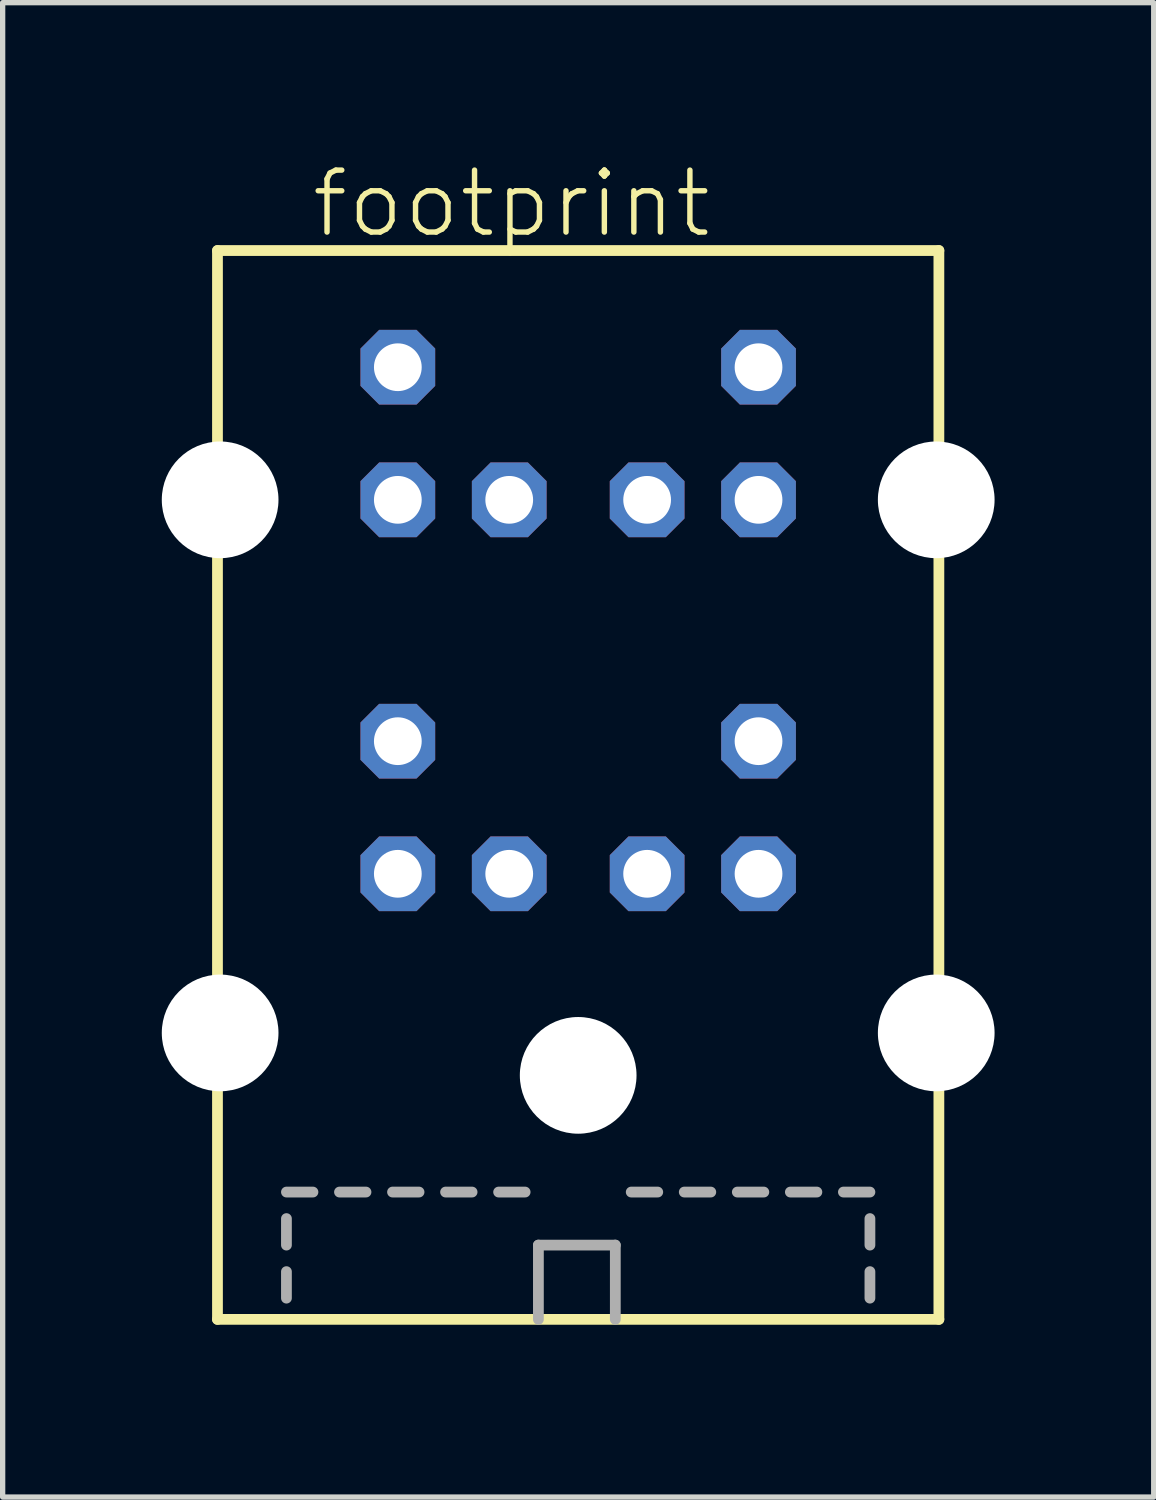
<source format=kicad_pcb>
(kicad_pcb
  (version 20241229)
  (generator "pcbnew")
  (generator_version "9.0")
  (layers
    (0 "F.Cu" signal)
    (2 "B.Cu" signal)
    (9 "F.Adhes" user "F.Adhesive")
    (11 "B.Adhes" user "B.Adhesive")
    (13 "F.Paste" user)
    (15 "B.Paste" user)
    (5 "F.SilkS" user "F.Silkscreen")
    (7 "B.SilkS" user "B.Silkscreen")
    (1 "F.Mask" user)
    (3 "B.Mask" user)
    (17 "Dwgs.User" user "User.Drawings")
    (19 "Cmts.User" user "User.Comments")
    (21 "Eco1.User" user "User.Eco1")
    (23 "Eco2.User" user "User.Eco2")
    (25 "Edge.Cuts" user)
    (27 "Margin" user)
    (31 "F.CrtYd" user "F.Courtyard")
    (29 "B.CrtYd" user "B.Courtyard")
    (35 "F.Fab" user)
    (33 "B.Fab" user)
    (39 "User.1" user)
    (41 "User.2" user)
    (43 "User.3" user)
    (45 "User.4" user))
  (footprint "footprint"
    (layer "F.Cu")
    (at 7.85 21.923)
    (property "Reference" "footprint" (at -5.08 -20.45 0) (layer "F.SilkS") (effects (font (size 1.168 1.168) (thickness 0.102)) (justify left bottom)))
    (fp_line (start -6.8 -20.25) (end -6.8 -0.1) (stroke (width 0.203) (type solid)) (layer "F.SilkS"))
    (fp_line (start -6.8 -0.1) (end 6.8 -0.1) (stroke (width 0.203) (type solid)) (layer "F.SilkS"))
    (fp_line (start 6.8 -20.25) (end -6.8 -20.25) (stroke (width 0.203) (type solid)) (layer "F.SilkS"))
    (fp_line (start 6.8 -0.1) (end 6.8 -20.25) (stroke (width 0.203) (type solid)) (layer "F.SilkS"))
    (fp_line (start -5.5 -2.5) (end -5 -2.5) (stroke (width 0.203) (type solid)) (layer "F.Fab"))
    (fp_line (start -5.5 -1.5) (end -5.5 -2) (stroke (width 0.203) (type solid)) (layer "F.Fab"))
    (fp_line (start -5.5 -0.5) (end -5.5 -1) (stroke (width 0.203) (type solid)) (layer "F.Fab"))
    (fp_line (start -4.5 -2.5) (end -4 -2.5) (stroke (width 0.203) (type solid)) (layer "F.Fab"))
    (fp_line (start -3.5 -2.5) (end -3 -2.5) (stroke (width 0.203) (type solid)) (layer "F.Fab"))
    (fp_line (start -2.5 -2.5) (end -2 -2.5) (stroke (width 0.203) (type solid)) (layer "F.Fab"))
    (fp_line (start -1.5 -2.5) (end -1 -2.5) (stroke (width 0.203) (type solid)) (layer "F.Fab"))
    (fp_line (start -0.75 -1.5) (end 0.7 -1.5) (stroke (width 0.203) (type solid)) (layer "F.Fab"))
    (fp_line (start -0.75 -0.1) (end -0.75 -1.5) (stroke (width 0.203) (type solid)) (layer "F.Fab"))
    (fp_line (start 0.7 -1.5) (end 0.7 -0.1) (stroke (width 0.203) (type solid)) (layer "F.Fab"))
    (fp_line (start 1 -2.5) (end 1.5 -2.5) (stroke (width 0.203) (type solid)) (layer "F.Fab"))
    (fp_line (start 2 -2.5) (end 2.5 -2.5) (stroke (width 0.203) (type solid)) (layer "F.Fab"))
    (fp_line (start 3 -2.5) (end 3.5 -2.5) (stroke (width 0.203) (type solid)) (layer "F.Fab"))
    (fp_line (start 4 -2.5) (end 4.5 -2.5) (stroke (width 0.203) (type solid)) (layer "F.Fab"))
    (fp_line (start 5 -2.5) (end 5.5 -2.5) (stroke (width 0.203) (type solid)) (layer "F.Fab"))
    (fp_line (start 5.5 -1.5) (end 5.5 -2) (stroke (width 0.203) (type solid)) (layer "F.Fab"))
    (fp_line (start 5.5 -0.5) (end 5.5 -1) (stroke (width 0.203) (type solid)) (layer "F.Fab"))
    (pad "" np_thru_hole circle (at -6.75 -15.55) (size 2.2 2.2) (drill 2.2) (layers "*.Cu" "*.Mask"))
    (pad "" np_thru_hole circle (at -6.75 -5.5) (size 2.2 2.2) (drill 2.2) (layers "*.Cu" "*.Mask"))
    (pad "" np_thru_hole circle (at 0 -4.7) (size 2.2 2.2) (drill 2.2) (layers "*.Cu" "*.Mask"))
    (pad "" np_thru_hole circle (at 6.75 -15.55) (size 2.2 2.2) (drill 2.2) (layers "*.Cu" "*.Mask"))
    (pad "" np_thru_hole circle (at 6.75 -5.5) (size 2.2 2.2) (drill 2.2) (layers "*.Cu" "*.Mask"))
    (pad "1-1" thru_hole roundrect (at 1.3 -8.5) (size 1.408 1.408) (drill 0.9) (layers "*.Cu" "*.Mask") (roundrect_rratio 0.25) (chamfer_ratio 0.25) (chamfer top_left top_right bottom_left bottom_right))
    (pad "1-2" thru_hole roundrect (at -1.3 -8.5) (size 1.408 1.408) (drill 0.9) (layers "*.Cu" "*.Mask") (roundrect_rratio 0.25) (chamfer_ratio 0.25) (chamfer top_left top_right bottom_left bottom_right))
    (pad "1-3" thru_hole roundrect (at 3.4 -8.5) (size 1.408 1.408) (drill 0.9) (layers "*.Cu" "*.Mask") (roundrect_rratio 0.25) (chamfer_ratio 0.25) (chamfer top_left top_right bottom_left bottom_right))
    (pad "1-4" thru_hole roundrect (at -3.4 -8.5) (size 1.408 1.408) (drill 0.9) (layers "*.Cu" "*.Mask") (roundrect_rratio 0.25) (chamfer_ratio 0.25) (chamfer top_left top_right bottom_left bottom_right))
    (pad "1-5" thru_hole roundrect (at 3.4 -11) (size 1.408 1.408) (drill 0.9) (layers "*.Cu" "*.Mask") (roundrect_rratio 0.25) (chamfer_ratio 0.25) (chamfer top_left top_right bottom_left bottom_right))
    (pad "1-6" thru_hole roundrect (at -3.4 -11) (size 1.408 1.408) (drill 0.9) (layers "*.Cu" "*.Mask") (roundrect_rratio 0.25) (chamfer_ratio 0.25) (chamfer top_left top_right bottom_left bottom_right))
    (pad "2-1" thru_hole roundrect (at 1.3 -15.55) (size 1.408 1.408) (drill 0.9) (layers "*.Cu" "*.Mask") (roundrect_rratio 0.25) (chamfer_ratio 0.25) (chamfer top_left top_right bottom_left bottom_right))
    (pad "2-2" thru_hole roundrect (at -1.3 -15.55) (size 1.408 1.408) (drill 0.9) (layers "*.Cu" "*.Mask") (roundrect_rratio 0.25) (chamfer_ratio 0.25) (chamfer top_left top_right bottom_left bottom_right))
    (pad "2-3" thru_hole roundrect (at 3.4 -15.55) (size 1.408 1.408) (drill 0.9) (layers "*.Cu" "*.Mask") (roundrect_rratio 0.25) (chamfer_ratio 0.25) (chamfer top_left top_right bottom_left bottom_right))
    (pad "2-4" thru_hole roundrect (at -3.4 -15.55) (size 1.408 1.408) (drill 0.9) (layers "*.Cu" "*.Mask") (roundrect_rratio 0.25) (chamfer_ratio 0.25) (chamfer top_left top_right bottom_left bottom_right))
    (pad "2-5" thru_hole roundrect (at 3.4 -18.05) (size 1.408 1.408) (drill 0.9) (layers "*.Cu" "*.Mask") (roundrect_rratio 0.25) (chamfer_ratio 0.25) (chamfer top_left top_right bottom_left bottom_right))
    (pad "2-6" thru_hole roundrect (at -3.4 -18.05) (size 1.408 1.408) (drill 0.9) (layers "*.Cu" "*.Mask") (roundrect_rratio 0.25) (chamfer_ratio 0.25) (chamfer top_left top_right bottom_left bottom_right)))
  (gr_rect
    (start -3 -3)
    (end 18.7 25.173)
    (stroke (width 0.1) (type default))
    (fill no)
    (layer "Edge.Cuts")))
</source>
